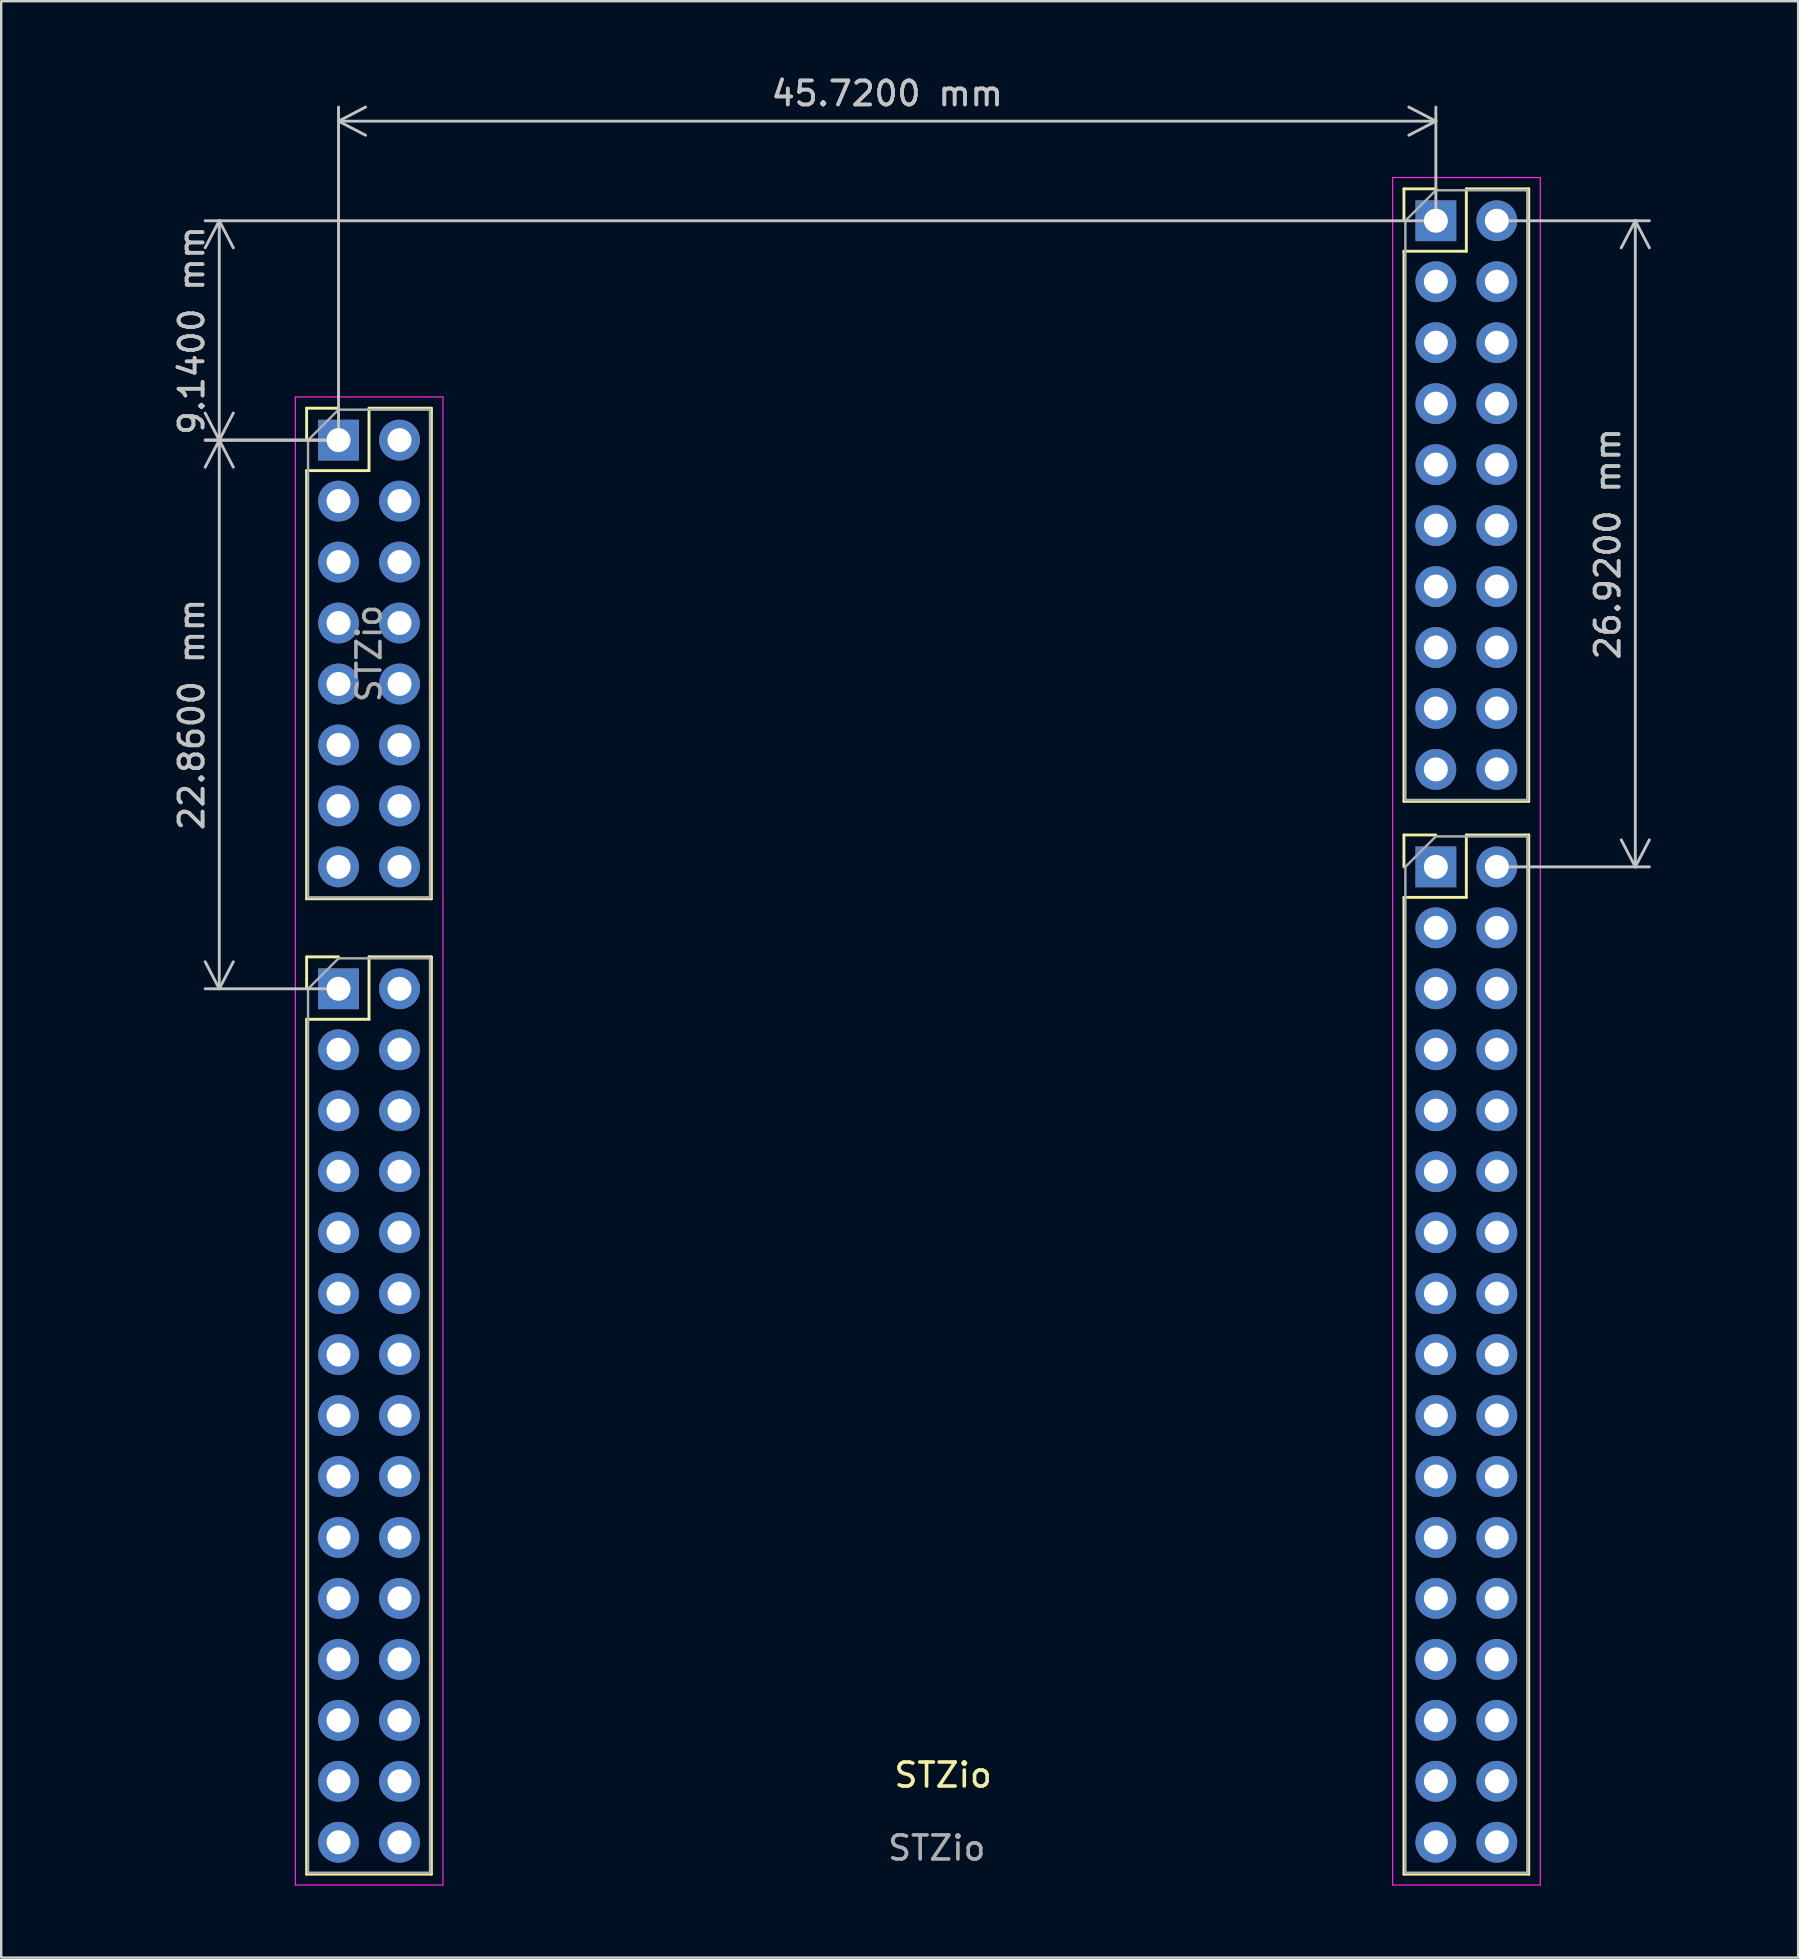
<source format=kicad_pcb>
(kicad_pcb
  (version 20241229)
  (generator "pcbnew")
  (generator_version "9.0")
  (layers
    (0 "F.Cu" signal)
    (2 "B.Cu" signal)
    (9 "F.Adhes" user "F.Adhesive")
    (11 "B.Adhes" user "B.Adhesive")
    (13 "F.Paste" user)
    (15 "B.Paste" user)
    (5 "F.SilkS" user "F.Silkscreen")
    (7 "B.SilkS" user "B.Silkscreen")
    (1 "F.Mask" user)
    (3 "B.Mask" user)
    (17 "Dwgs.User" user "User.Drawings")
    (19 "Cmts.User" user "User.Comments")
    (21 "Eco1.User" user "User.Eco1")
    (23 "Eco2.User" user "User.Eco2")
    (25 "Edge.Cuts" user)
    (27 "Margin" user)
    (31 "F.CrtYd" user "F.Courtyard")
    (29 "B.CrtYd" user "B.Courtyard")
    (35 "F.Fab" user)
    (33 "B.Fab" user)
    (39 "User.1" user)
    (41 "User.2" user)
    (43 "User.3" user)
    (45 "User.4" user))
  (footprint "STZio"
    (layer "F.Cu")
    (at 11.055 15.288)
    (property "Reference" "STZio" (at 25.19 55.62 0) (unlocked yes) (layer "F.SilkS") (effects (font (size 1 1) (thickness 0.15))))
    (attr through_hole)
    (fp_line (start -1.33 -1.33) (end 0 -1.33) (stroke (width 0.12) (type solid)) (layer "F.SilkS"))
    (fp_line (start -1.33 0) (end -1.33 -1.33) (stroke (width 0.12) (type solid)) (layer "F.SilkS"))
    (fp_line (start -1.33 1.27) (end -1.33 19.11) (stroke (width 0.12) (type solid)) (layer "F.SilkS"))
    (fp_line (start -1.33 1.27) (end 1.27 1.27) (stroke (width 0.12) (type solid)) (layer "F.SilkS"))
    (fp_line (start -1.33 19.11) (end 3.87 19.11) (stroke (width 0.12) (type solid)) (layer "F.SilkS"))
    (fp_line (start -1.33 21.53) (end 0 21.53) (stroke (width 0.12) (type solid)) (layer "F.SilkS"))
    (fp_line (start -1.33 22.86) (end -1.33 21.53) (stroke (width 0.12) (type solid)) (layer "F.SilkS"))
    (fp_line (start -1.33 24.13) (end -1.33 59.75) (stroke (width 0.12) (type solid)) (layer "F.SilkS"))
    (fp_line (start -1.33 24.13) (end 1.27 24.13) (stroke (width 0.12) (type solid)) (layer "F.SilkS"))
    (fp_line (start -1.33 59.75) (end 3.87 59.75) (stroke (width 0.12) (type solid)) (layer "F.SilkS"))
    (fp_line (start 1.27 -1.33) (end 3.87 -1.33) (stroke (width 0.12) (type solid)) (layer "F.SilkS"))
    (fp_line (start 1.27 1.27) (end 1.27 -1.33) (stroke (width 0.12) (type solid)) (layer "F.SilkS"))
    (fp_line (start 1.27 21.53) (end 3.87 21.53) (stroke (width 0.12) (type solid)) (layer "F.SilkS"))
    (fp_line (start 1.27 24.13) (end 1.27 21.53) (stroke (width 0.12) (type solid)) (layer "F.SilkS"))
    (fp_line (start 3.87 -1.33) (end 3.87 19.11) (stroke (width 0.12) (type solid)) (layer "F.SilkS"))
    (fp_line (start 3.87 21.53) (end 3.87 59.75) (stroke (width 0.12) (type solid)) (layer "F.SilkS"))
    (fp_line (start 44.39 -10.47) (end 45.72 -10.47) (stroke (width 0.12) (type solid)) (layer "F.SilkS"))
    (fp_line (start 44.39 -9.14) (end 44.39 -10.47) (stroke (width 0.12) (type solid)) (layer "F.SilkS"))
    (fp_line (start 44.39 -7.87) (end 44.39 15.05) (stroke (width 0.12) (type solid)) (layer "F.SilkS"))
    (fp_line (start 44.39 -7.87) (end 46.99 -7.87) (stroke (width 0.12) (type solid)) (layer "F.SilkS"))
    (fp_line (start 44.39 15.05) (end 49.59 15.05) (stroke (width 0.12) (type solid)) (layer "F.SilkS"))
    (fp_line (start 44.39 16.45) (end 45.72 16.45) (stroke (width 0.12) (type solid)) (layer "F.SilkS"))
    (fp_line (start 44.39 17.78) (end 44.39 16.45) (stroke (width 0.12) (type solid)) (layer "F.SilkS"))
    (fp_line (start 44.39 19.05) (end 44.39 59.75) (stroke (width 0.12) (type solid)) (layer "F.SilkS"))
    (fp_line (start 44.39 19.05) (end 46.99 19.05) (stroke (width 0.12) (type solid)) (layer "F.SilkS"))
    (fp_line (start 44.39 59.75) (end 49.59 59.75) (stroke (width 0.12) (type solid)) (layer "F.SilkS"))
    (fp_line (start 46.99 -10.47) (end 49.59 -10.47) (stroke (width 0.12) (type solid)) (layer "F.SilkS"))
    (fp_line (start 46.99 -7.87) (end 46.99 -10.47) (stroke (width 0.12) (type solid)) (layer "F.SilkS"))
    (fp_line (start 46.99 16.45) (end 49.59 16.45) (stroke (width 0.12) (type solid)) (layer "F.SilkS"))
    (fp_line (start 46.99 19.05) (end 46.99 16.45) (stroke (width 0.12) (type solid)) (layer "F.SilkS"))
    (fp_line (start 49.59 -10.47) (end 49.59 15.05) (stroke (width 0.12) (type solid)) (layer "F.SilkS"))
    (fp_line (start 49.59 16.45) (end 49.59 59.75) (stroke (width 0.12) (type solid)) (layer "F.SilkS"))
    (fp_line (start -1.8 -1.8) (end -1.8 60.2) (stroke (width 0.05) (type solid)) (layer "F.CrtYd"))
    (fp_line (start -1.8 60.2) (end 4.35 60.2) (stroke (width 0.05) (type solid)) (layer "F.CrtYd"))
    (fp_line (start 4.35 -1.8) (end -1.8 -1.8) (stroke (width 0.05) (type solid)) (layer "F.CrtYd"))
    (fp_line (start 4.35 60.2) (end 4.35 -1.8) (stroke (width 0.05) (type solid)) (layer "F.CrtYd"))
    (fp_line (start 43.92 -10.94) (end 43.92 60.2) (stroke (width 0.05) (type default)) (layer "F.CrtYd"))
    (fp_line (start 50.07 -10.94) (end 43.92 -10.94) (stroke (width 0.05) (type solid)) (layer "F.CrtYd"))
    (fp_line (start 50.07 -10.94) (end 50.07 60.2) (stroke (width 0.05) (type default)) (layer "F.CrtYd"))
    (fp_line (start 50.07 60.2) (end 43.92 60.2) (stroke (width 0.05) (type default)) (layer "F.CrtYd"))
    (fp_line (start -1.27 0) (end 0 -1.27) (stroke (width 0.1) (type solid)) (layer "F.Fab"))
    (fp_line (start -1.27 19.05) (end -1.27 0) (stroke (width 0.1) (type solid)) (layer "F.Fab"))
    (fp_line (start -1.27 22.86) (end 0 21.59) (stroke (width 0.1) (type solid)) (layer "F.Fab"))
    (fp_line (start -1.27 59.69) (end -1.27 22.86) (stroke (width 0.1) (type solid)) (layer "F.Fab"))
    (fp_line (start 0 -1.27) (end 3.81 -1.27) (stroke (width 0.1) (type solid)) (layer "F.Fab"))
    (fp_line (start 0 21.59) (end 3.81 21.59) (stroke (width 0.1) (type solid)) (layer "F.Fab"))
    (fp_line (start 3.81 -1.27) (end 3.81 19.05) (stroke (width 0.1) (type solid)) (layer "F.Fab"))
    (fp_line (start 3.81 19.05) (end -1.27 19.05) (stroke (width 0.1) (type solid)) (layer "F.Fab"))
    (fp_line (start 3.81 21.59) (end 3.81 59.69) (stroke (width 0.1) (type solid)) (layer "F.Fab"))
    (fp_line (start 3.81 59.69) (end -1.27 59.69) (stroke (width 0.1) (type solid)) (layer "F.Fab"))
    (fp_line (start 44.45 -9.14) (end 45.72 -10.41) (stroke (width 0.1) (type solid)) (layer "F.Fab"))
    (fp_line (start 44.45 14.99) (end 44.45 -9.14) (stroke (width 0.1) (type solid)) (layer "F.Fab"))
    (fp_line (start 44.45 17.78) (end 45.72 16.51) (stroke (width 0.1) (type solid)) (layer "F.Fab"))
    (fp_line (start 44.45 59.69) (end 44.45 17.78) (stroke (width 0.1) (type solid)) (layer "F.Fab"))
    (fp_line (start 45.72 -10.41) (end 49.53 -10.41) (stroke (width 0.1) (type solid)) (layer "F.Fab"))
    (fp_line (start 45.72 16.51) (end 49.53 16.51) (stroke (width 0.1) (type solid)) (layer "F.Fab"))
    (fp_line (start 49.53 -10.41) (end 49.53 14.99) (stroke (width 0.1) (type solid)) (layer "F.Fab"))
    (fp_line (start 49.53 14.99) (end 44.45 14.99) (stroke (width 0.1) (type solid)) (layer "F.Fab"))
    (fp_line (start 49.53 16.51) (end 49.53 59.69) (stroke (width 0.1) (type solid)) (layer "F.Fab"))
    (fp_line (start 49.53 59.69) (end 44.45 59.69) (stroke (width 0.1) (type solid)) (layer "F.Fab"))
    (fp_text user "${REFERENCE}" (at 24.925 58.66 0) (unlocked yes) (layer "F.Fab") (effects (font (size 1 1) (thickness 0.15))))
    (fp_text user "${REFERENCE}" (at 1.27 8.89 90) (layer "F.Fab") (effects (font (size 1 1) (thickness 0.15))))
    (dimension (type aligned) (layer "Dwgs.User") (pts (xy 11.055 15.288) (xy 11.055 38.148)) (height 4.97) (format (prefix "") (suffix "") (units 3) (units_format 1) (precision 4)) (style (thickness 0.12) (arrow_length 1.27) (text_position_mode 0) (arrow_direction outward) (extension_height 0.586) (extension_offset 0.5) (keep_text_aligned yes)) (gr_text "22.8600 mm" (at 4.935 26.718 90) (layer "Dwgs.User") (effects (font (size 1 1) (thickness 0.15)))))
    (dimension (type orthogonal) (layer "Dwgs.User") (pts (xy 11.055 15.288) (xy 56.775 6.148)) (height -4.97) (orientation 1) (format (prefix "") (suffix "") (units 3) (units_format 1) (precision 4)) (style (thickness 0.12) (arrow_length 1.27) (text_position_mode 0) (arrow_direction outward) (extension_height 0.586) (extension_offset 0.5) (keep_text_aligned yes)) (gr_text "9.1400 mm" (at 4.935 10.718 90) (layer "Dwgs.User") (effects (font (size 1 1) (thickness 0.15)))))
    (dimension (type orthogonal) (layer "Dwgs.User") (pts (xy 59.315 6.148) (xy 59.315 33.068)) (height 5.77) (orientation 1) (format (prefix "") (suffix "") (units 3) (units_format 1) (precision 4)) (style (thickness 0.12) (arrow_length 1.27) (text_position_mode 0) (arrow_direction outward) (extension_height 0.586) (extension_offset 0.5) (keep_text_aligned yes)) (gr_text "26.9200 mm" (at 63.935 19.608 90) (layer "Dwgs.User") (effects (font (size 1 1) (thickness 0.15)))))
    (dimension (type orthogonal) (layer "Dwgs.User") (pts (xy 56.775 6.148) (xy 11.055 15.288)) (height -4.15) (orientation 0) (format (prefix "") (suffix "") (units 3) (units_format 1) (precision 4)) (style (thickness 0.12) (arrow_length 1.27) (text_position_mode 0) (arrow_direction outward) (extension_height 0.586) (extension_offset 0.5) (keep_text_aligned yes)) (gr_text "45.7200 mm" (at 33.915 0.848 0) (layer "Dwgs.User") (effects (font (size 1 1) (thickness 0.15)))))
    (pad "1" thru_hole rect (at 0 0 180) (size 1.7 1.7) (drill 1) (layers "*.Cu" "*.Mask"))
    (pad "2" thru_hole oval (at 2.54 0) (size 1.7 1.7) (drill 1) (layers "*.Cu" "*.Mask"))
    (pad "3" thru_hole oval (at 0 2.54) (size 1.7 1.7) (drill 1) (layers "*.Cu" "*.Mask"))
    (pad "4" thru_hole oval (at 2.54 2.54) (size 1.7 1.7) (drill 1) (layers "*.Cu" "*.Mask"))
    (pad "5" thru_hole oval (at 0 5.08) (size 1.7 1.7) (drill 1) (layers "*.Cu" "*.Mask"))
    (pad "6" thru_hole oval (at 2.54 5.08) (size 1.7 1.7) (drill 1) (layers "*.Cu" "*.Mask"))
    (pad "7" thru_hole oval (at 0 7.62) (size 1.7 1.7) (drill 1) (layers "*.Cu" "*.Mask"))
    (pad "8" thru_hole oval (at 2.54 7.62) (size 1.7 1.7) (drill 1) (layers "*.Cu" "*.Mask"))
    (pad "9" thru_hole oval (at 0 10.16) (size 1.7 1.7) (drill 1) (layers "*.Cu" "*.Mask"))
    (pad "10" thru_hole oval (at 2.54 10.16) (size 1.7 1.7) (drill 1) (layers "*.Cu" "*.Mask"))
    (pad "11" thru_hole oval (at 0 12.7) (size 1.7 1.7) (drill 1) (layers "*.Cu" "*.Mask"))
    (pad "12" thru_hole oval (at 2.54 12.7) (size 1.7 1.7) (drill 1) (layers "*.Cu" "*.Mask"))
    (pad "13" thru_hole oval (at 0 15.24) (size 1.7 1.7) (drill 1) (layers "*.Cu" "*.Mask"))
    (pad "14" thru_hole oval (at 2.54 15.24) (size 1.7 1.7) (drill 1) (layers "*.Cu" "*.Mask"))
    (pad "15" thru_hole oval (at 0 17.78) (size 1.7 1.7) (drill 1) (layers "*.Cu" "*.Mask"))
    (pad "16" thru_hole oval (at 2.54 17.78) (size 1.7 1.7) (drill 1) (layers "*.Cu" "*.Mask"))
    (pad "17" thru_hole rect (at 0 22.86) (size 1.7 1.7) (drill 1) (layers "*.Cu" "*.Mask"))
    (pad "18" thru_hole oval (at 2.54 22.86) (size 1.7 1.7) (drill 1) (layers "*.Cu" "*.Mask"))
    (pad "19" thru_hole oval (at 0 25.4) (size 1.7 1.7) (drill 1) (layers "*.Cu" "*.Mask"))
    (pad "20" thru_hole oval (at 2.54 25.4) (size 1.7 1.7) (drill 1) (layers "*.Cu" "*.Mask"))
    (pad "21" thru_hole oval (at 0 27.94) (size 1.7 1.7) (drill 1) (layers "*.Cu" "*.Mask"))
    (pad "22" thru_hole oval (at 2.54 27.94) (size 1.7 1.7) (drill 1) (layers "*.Cu" "*.Mask"))
    (pad "23" thru_hole oval (at 0 30.48) (size 1.7 1.7) (drill 1) (layers "*.Cu" "*.Mask"))
    (pad "24" thru_hole oval (at 2.54 30.48) (size 1.7 1.7) (drill 1) (layers "*.Cu" "*.Mask"))
    (pad "25" thru_hole oval (at 0 33.02) (size 1.7 1.7) (drill 1) (layers "*.Cu" "*.Mask"))
    (pad "26" thru_hole oval (at 2.54 33.02) (size 1.7 1.7) (drill 1) (layers "*.Cu" "*.Mask"))
    (pad "27" thru_hole oval (at 0 35.56) (size 1.7 1.7) (drill 1) (layers "*.Cu" "*.Mask"))
    (pad "28" thru_hole oval (at 2.54 35.56) (size 1.7 1.7) (drill 1) (layers "*.Cu" "*.Mask"))
    (pad "29" thru_hole oval (at 0 38.1) (size 1.7 1.7) (drill 1) (layers "*.Cu" "*.Mask"))
    (pad "30" thru_hole oval (at 2.54 38.1) (size 1.7 1.7) (drill 1) (layers "*.Cu" "*.Mask"))
    (pad "31" thru_hole oval (at 0 40.64) (size 1.7 1.7) (drill 1) (layers "*.Cu" "*.Mask"))
    (pad "32" thru_hole oval (at 2.54 40.64) (size 1.7 1.7) (drill 1) (layers "*.Cu" "*.Mask"))
    (pad "33" thru_hole oval (at 0 43.18) (size 1.7 1.7) (drill 1) (layers "*.Cu" "*.Mask"))
    (pad "34" thru_hole oval (at 2.54 43.18) (size 1.7 1.7) (drill 1) (layers "*.Cu" "*.Mask"))
    (pad "35" thru_hole oval (at 0 45.72) (size 1.7 1.7) (drill 1) (layers "*.Cu" "*.Mask"))
    (pad "36" thru_hole oval (at 2.54 45.72) (size 1.7 1.7) (drill 1) (layers "*.Cu" "*.Mask"))
    (pad "37" thru_hole oval (at 0 48.26) (size 1.7 1.7) (drill 1) (layers "*.Cu" "*.Mask"))
    (pad "38" thru_hole oval (at 2.54 48.26) (size 1.7 1.7) (drill 1) (layers "*.Cu" "*.Mask"))
    (pad "39" thru_hole oval (at 0 50.8) (size 1.7 1.7) (drill 1) (layers "*.Cu" "*.Mask"))
    (pad "40" thru_hole oval (at 2.54 50.8) (size 1.7 1.7) (drill 1) (layers "*.Cu" "*.Mask"))
    (pad "41" thru_hole oval (at 0 53.34) (size 1.7 1.7) (drill 1) (layers "*.Cu" "*.Mask"))
    (pad "42" thru_hole oval (at 2.54 53.34) (size 1.7 1.7) (drill 1) (layers "*.Cu" "*.Mask"))
    (pad "43" thru_hole oval (at 0 55.88) (size 1.7 1.7) (drill 1) (layers "*.Cu" "*.Mask"))
    (pad "44" thru_hole oval (at 2.54 55.88) (size 1.7 1.7) (drill 1) (layers "*.Cu" "*.Mask"))
    (pad "45" thru_hole oval (at 0 58.42) (size 1.7 1.7) (drill 1) (layers "*.Cu" "*.Mask"))
    (pad "46" thru_hole oval (at 2.54 58.42) (size 1.7 1.7) (drill 1) (layers "*.Cu" "*.Mask"))
    (pad "47" thru_hole rect (at 45.72 -9.14) (size 1.7 1.7) (drill 1) (layers "*.Cu" "*.Mask"))
    (pad "48" thru_hole oval (at 48.26 -9.14) (size 1.7 1.7) (drill 1) (layers "*.Cu" "*.Mask"))
    (pad "49" thru_hole oval (at 45.72 -6.6) (size 1.7 1.7) (drill 1) (layers "*.Cu" "*.Mask"))
    (pad "50" thru_hole oval (at 48.26 -6.6) (size 1.7 1.7) (drill 1) (layers "*.Cu" "*.Mask"))
    (pad "51" thru_hole oval (at 45.72 -4.06) (size 1.7 1.7) (drill 1) (layers "*.Cu" "*.Mask"))
    (pad "52" thru_hole oval (at 48.26 -4.06) (size 1.7 1.7) (drill 1) (layers "*.Cu" "*.Mask"))
    (pad "53" thru_hole oval (at 45.72 -1.52) (size 1.7 1.7) (drill 1) (layers "*.Cu" "*.Mask"))
    (pad "54" thru_hole oval (at 48.26 -1.52) (size 1.7 1.7) (drill 1) (layers "*.Cu" "*.Mask"))
    (pad "55" thru_hole oval (at 45.72 1.02) (size 1.7 1.7) (drill 1) (layers "*.Cu" "*.Mask"))
    (pad "56" thru_hole oval (at 48.26 1.02) (size 1.7 1.7) (drill 1) (layers "*.Cu" "*.Mask"))
    (pad "57" thru_hole oval (at 45.72 3.56) (size 1.7 1.7) (drill 1) (layers "*.Cu" "*.Mask"))
    (pad "58" thru_hole oval (at 48.26 3.56) (size 1.7 1.7) (drill 1) (layers "*.Cu" "*.Mask"))
    (pad "59" thru_hole oval (at 45.72 6.1) (size 1.7 1.7) (drill 1) (layers "*.Cu" "*.Mask"))
    (pad "60" thru_hole oval (at 48.26 6.1) (size 1.7 1.7) (drill 1) (layers "*.Cu" "*.Mask"))
    (pad "61" thru_hole oval (at 45.72 8.64) (size 1.7 1.7) (drill 1) (layers "*.Cu" "*.Mask"))
    (pad "62" thru_hole oval (at 48.26 8.64) (size 1.7 1.7) (drill 1) (layers "*.Cu" "*.Mask"))
    (pad "63" thru_hole oval (at 45.72 11.18) (size 1.7 1.7) (drill 1) (layers "*.Cu" "*.Mask"))
    (pad "64" thru_hole oval (at 48.26 11.18) (size 1.7 1.7) (drill 1) (layers "*.Cu" "*.Mask"))
    (pad "65" thru_hole oval (at 45.72 13.72) (size 1.7 1.7) (drill 1) (layers "*.Cu" "*.Mask"))
    (pad "66" thru_hole oval (at 48.26 13.72) (size 1.7 1.7) (drill 1) (layers "*.Cu" "*.Mask"))
    (pad "67" thru_hole rect (at 45.72 17.78) (size 1.7 1.7) (drill 1) (layers "*.Cu" "*.Mask"))
    (pad "68" thru_hole oval (at 48.26 17.78) (size 1.7 1.7) (drill 1) (layers "*.Cu" "*.Mask"))
    (pad "69" thru_hole oval (at 45.72 20.32) (size 1.7 1.7) (drill 1) (layers "*.Cu" "*.Mask"))
    (pad "70" thru_hole oval (at 48.26 20.32) (size 1.7 1.7) (drill 1) (layers "*.Cu" "*.Mask"))
    (pad "71" thru_hole oval (at 45.72 22.86) (size 1.7 1.7) (drill 1) (layers "*.Cu" "*.Mask"))
    (pad "72" thru_hole oval (at 48.26 22.86) (size 1.7 1.7) (drill 1) (layers "*.Cu" "*.Mask"))
    (pad "73" thru_hole oval (at 45.72 25.4) (size 1.7 1.7) (drill 1) (layers "*.Cu" "*.Mask"))
    (pad "74" thru_hole oval (at 48.26 25.4) (size 1.7 1.7) (drill 1) (layers "*.Cu" "*.Mask"))
    (pad "75" thru_hole oval (at 45.72 27.94) (size 1.7 1.7) (drill 1) (layers "*.Cu" "*.Mask"))
    (pad "76" thru_hole oval (at 48.26 27.94) (size 1.7 1.7) (drill 1) (layers "*.Cu" "*.Mask"))
    (pad "77" thru_hole oval (at 45.72 30.48) (size 1.7 1.7) (drill 1) (layers "*.Cu" "*.Mask"))
    (pad "78" thru_hole oval (at 48.26 30.48) (size 1.7 1.7) (drill 1) (layers "*.Cu" "*.Mask"))
    (pad "79" thru_hole oval (at 45.72 33.02) (size 1.7 1.7) (drill 1) (layers "*.Cu" "*.Mask"))
    (pad "80" thru_hole oval (at 48.26 33.02) (size 1.7 1.7) (drill 1) (layers "*.Cu" "*.Mask"))
    (pad "81" thru_hole oval (at 45.72 35.56) (size 1.7 1.7) (drill 1) (layers "*.Cu" "*.Mask"))
    (pad "82" thru_hole oval (at 48.26 35.56) (size 1.7 1.7) (drill 1) (layers "*.Cu" "*.Mask"))
    (pad "83" thru_hole oval (at 45.72 38.1) (size 1.7 1.7) (drill 1) (layers "*.Cu" "*.Mask"))
    (pad "84" thru_hole oval (at 48.26 38.1) (size 1.7 1.7) (drill 1) (layers "*.Cu" "*.Mask"))
    (pad "85" thru_hole oval (at 45.72 40.64) (size 1.7 1.7) (drill 1) (layers "*.Cu" "*.Mask"))
    (pad "86" thru_hole oval (at 48.26 40.64) (size 1.7 1.7) (drill 1) (layers "*.Cu" "*.Mask"))
    (pad "87" thru_hole oval (at 45.72 43.18) (size 1.7 1.7) (drill 1) (layers "*.Cu" "*.Mask"))
    (pad "88" thru_hole oval (at 48.26 43.18) (size 1.7 1.7) (drill 1) (layers "*.Cu" "*.Mask"))
    (pad "89" thru_hole oval (at 45.72 45.72) (size 1.7 1.7) (drill 1) (layers "*.Cu" "*.Mask"))
    (pad "90" thru_hole oval (at 48.26 45.72) (size 1.7 1.7) (drill 1) (layers "*.Cu" "*.Mask"))
    (pad "91" thru_hole oval (at 45.72 48.26) (size 1.7 1.7) (drill 1) (layers "*.Cu" "*.Mask"))
    (pad "92" thru_hole oval (at 48.26 48.26) (size 1.7 1.7) (drill 1) (layers "*.Cu" "*.Mask"))
    (pad "93" thru_hole oval (at 45.72 50.8) (size 1.7 1.7) (drill 1) (layers "*.Cu" "*.Mask"))
    (pad "94" thru_hole oval (at 48.26 50.8) (size 1.7 1.7) (drill 1) (layers "*.Cu" "*.Mask"))
    (pad "95" thru_hole oval (at 45.72 53.34) (size 1.7 1.7) (drill 1) (layers "*.Cu" "*.Mask"))
    (pad "96" thru_hole oval (at 48.26 53.34) (size 1.7 1.7) (drill 1) (layers "*.Cu" "*.Mask"))
    (pad "97" thru_hole oval (at 45.72 55.88) (size 1.7 1.7) (drill 1) (layers "*.Cu" "*.Mask"))
    (pad "98" thru_hole oval (at 48.26 55.88) (size 1.7 1.7) (drill 1) (layers "*.Cu" "*.Mask"))
    (pad "99" thru_hole oval (at 45.72 58.42) (size 1.7 1.7) (drill 1) (layers "*.Cu" "*.Mask"))
    (pad "100" thru_hole oval (at 48.26 58.42) (size 1.7 1.7) (drill 1) (layers "*.Cu" "*.Mask")))
  (gr_rect
    (start -3 -3)
    (end 71.869 78.513)
    (stroke (width 0.1) (type default))
    (fill no)
    (layer "Edge.Cuts")))
</source>
